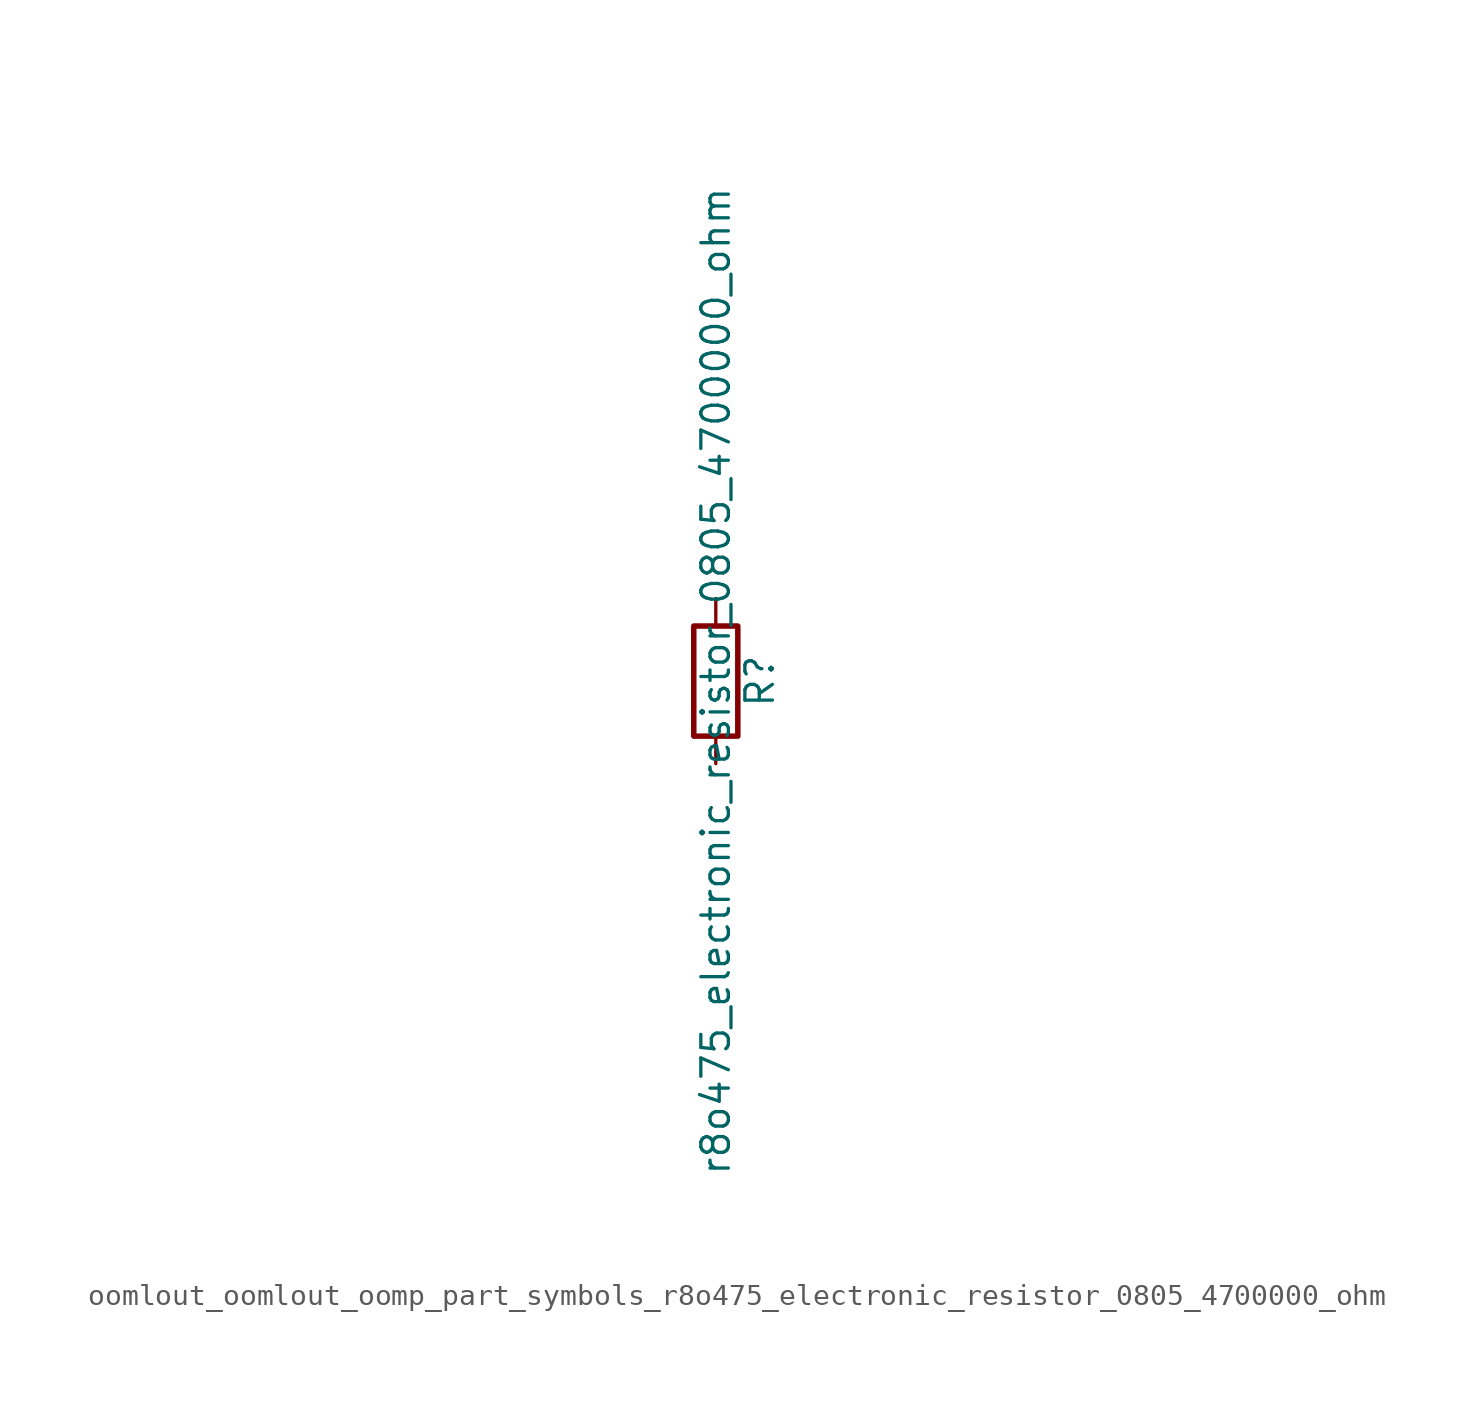
<source format=kicad_sym>
(kicad_symbol_lib
  (version 20220914)
  (generator kicad_symbol_editor)
  (symbol "oomlout_oomlout_oomp_part_symbols_r8o475_electronic_resistor_0805_4700000_ohm"
    (pin_numbers hide)
    (pin_names
      (offset 0))
    (property "Reference" "R"
      (at 2.032 0 90)
      (effects (font (size 1.27 1.27))))
    (property "Value" "r8o475_electronic_resistor_0805_4700000_ohm"
      (at 0 0 90)
      (effects (font (size 1.27 1.27))))
    (symbol "oomlout_oomlout_oomp_part_symbols_r8o475_electronic_resistor_0805_4700000_ohm_0_1"
      (rectangle (start -1.016 -2.54) (end 1.016 2.54) (stroke (width 0.254) (type default)) (fill (type none))))
    (symbol "oomlout_oomlout_oomp_part_symbols_r8o475_electronic_resistor_0805_4700000_ohm_1_1"
      (pin passive line (at 0 3.81 270) (length 1.27) (name "~" (effects (font (size 1.27 1.27)))) (number "1" (effects (font (size 1.27 1.27)))))
      (pin passive line (at 0 -3.81 90) (length 1.27) (name "~" (effects (font (size 1.27 1.27)))) (number "2" (effects (font (size 1.27 1.27))))))))
</source>
